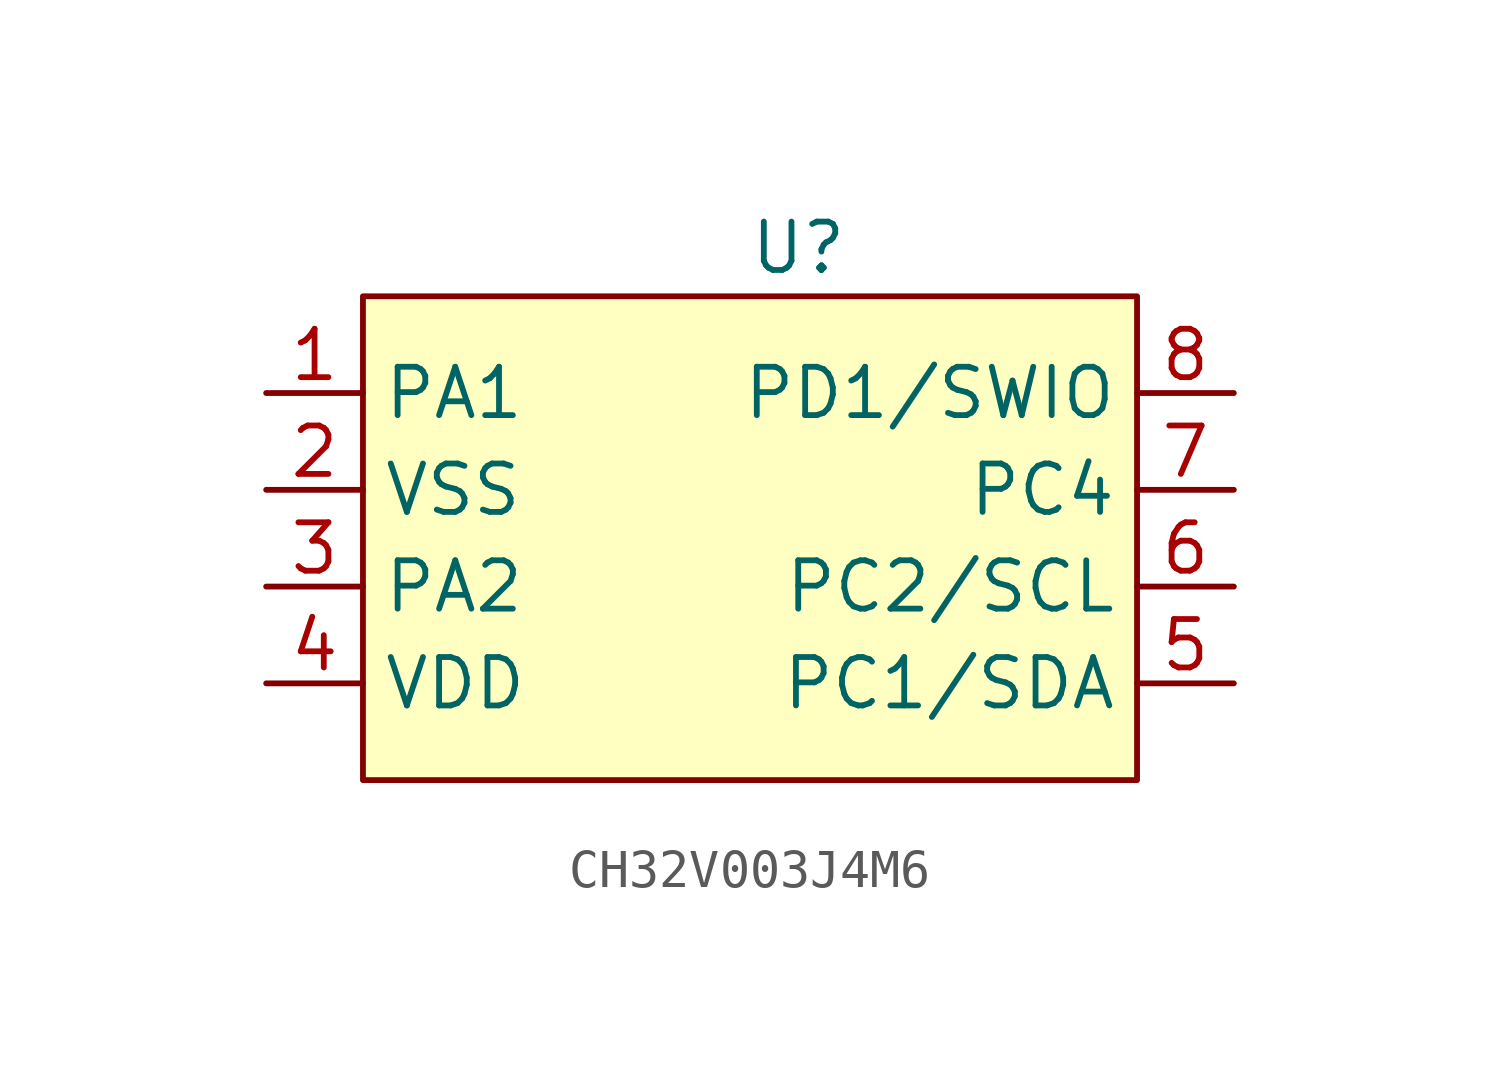
<source format=kicad_sym>
(kicad_symbol_lib
  (version 20220914)
  (generator kicad_symbol_editor)
  (symbol "CH32V003J4M6"
    (property "Reference" "U"
      (at 1.27 1.27 0)
      (effects (font (size 1.27 1.27))))
    (property "Value" ""
      (at 0 0 0)
      (effects (font (size 1.27 1.27))))
    (symbol "CH32V003J4M6_1_1"
      (rectangle (start -10.16 0) (end 10.16 -12.7) (stroke (width 0) (type default)) (fill (type background)))
      (pin passive line (at -12.7 -2.54 0) (length 2.54) (name "PA1" (effects (font (size 1.27 1.27)))) (number "1" (effects (font (size 1.27 1.27)))))
      (pin power_in line (at -12.7 -5.08 0) (length 2.54) (name "VSS" (effects (font (size 1.27 1.27)))) (number "2" (effects (font (size 1.27 1.27)))))
      (pin passive line (at -12.7 -7.62 0) (length 2.54) (name "PA2" (effects (font (size 1.27 1.27)))) (number "3" (effects (font (size 1.27 1.27)))))
      (pin power_in line (at -12.7 -10.16 0) (length 2.54) (name "VDD" (effects (font (size 1.27 1.27)))) (number "4" (effects (font (size 1.27 1.27)))))
      (pin passive line (at 12.7 -10.16 180) (length 2.54) (name "PC1/SDA" (effects (font (size 1.27 1.27)))) (number "5" (effects (font (size 1.27 1.27)))))
      (pin passive line (at 12.7 -7.62 180) (length 2.54) (name "PC2/SCL" (effects (font (size 1.27 1.27)))) (number "6" (effects (font (size 1.27 1.27)))))
      (pin passive line (at 12.7 -5.08 180) (length 2.54) (name "PC4" (effects (font (size 1.27 1.27)))) (number "7" (effects (font (size 1.27 1.27)))))
      (pin passive line (at 12.7 -2.54 180) (length 2.54) (name "PD1/SWIO" (effects (font (size 1.27 1.27)))) (number "8" (effects (font (size 1.27 1.27))))))))
</source>
